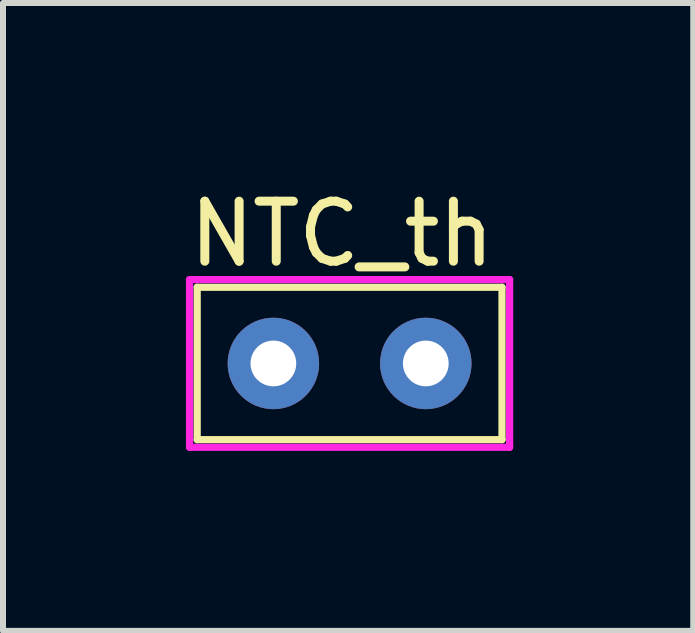
<source format=kicad_pcb>
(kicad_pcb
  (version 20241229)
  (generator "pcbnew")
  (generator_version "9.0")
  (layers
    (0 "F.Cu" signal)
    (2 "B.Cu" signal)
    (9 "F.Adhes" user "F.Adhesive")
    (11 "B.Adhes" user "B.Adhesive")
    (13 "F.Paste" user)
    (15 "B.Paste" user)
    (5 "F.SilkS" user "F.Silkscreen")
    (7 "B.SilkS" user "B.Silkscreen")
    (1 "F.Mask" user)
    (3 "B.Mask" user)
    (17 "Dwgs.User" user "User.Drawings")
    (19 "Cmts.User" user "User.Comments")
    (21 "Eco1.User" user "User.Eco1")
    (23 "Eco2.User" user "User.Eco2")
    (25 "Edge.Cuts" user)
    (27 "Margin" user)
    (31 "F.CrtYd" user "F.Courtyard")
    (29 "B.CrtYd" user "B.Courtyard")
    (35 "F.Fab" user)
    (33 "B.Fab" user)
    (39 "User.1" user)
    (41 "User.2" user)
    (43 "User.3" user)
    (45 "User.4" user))
  (footprint "NTC_th"
    (layer "F.Cu")
    (at 2.776 3.007)
    (property "Reference" "NTC_th" (at -0.127 -2.159 0) (layer "F.SilkS") (effects (font (size 1 1) (thickness 0.15))))
    (attr through_hole)
    (fp_line (start -2.54 -1.27) (end 2.54 -1.27) (stroke (width 0.12) (type solid)) (layer "F.SilkS"))
    (fp_line (start -2.54 1.27) (end -2.54 -1.27) (stroke (width 0.12) (type solid)) (layer "F.SilkS"))
    (fp_line (start 2.54 -1.27) (end 2.54 1.27) (stroke (width 0.12) (type solid)) (layer "F.SilkS"))
    (fp_line (start 2.54 1.27) (end -2.54 1.27) (stroke (width 0.12) (type solid)) (layer "F.SilkS"))
    (fp_line (start -2.667 -1.397) (end 2.667 -1.397) (stroke (width 0.12) (type solid)) (layer "F.CrtYd"))
    (fp_line (start -2.667 1.397) (end -2.667 -1.397) (stroke (width 0.12) (type solid)) (layer "F.CrtYd"))
    (fp_line (start 2.667 -1.397) (end 2.667 1.397) (stroke (width 0.12) (type solid)) (layer "F.CrtYd"))
    (fp_line (start 2.667 1.397) (end -2.667 1.397) (stroke (width 0.12) (type solid)) (layer "F.CrtYd"))
    (pad "1" thru_hole circle (at -1.27 0) (size 1.524 1.524) (drill 0.762) (layers "*.Cu" "*.Mask"))
    (pad "2" thru_hole circle (at 1.27 0) (size 1.524 1.524) (drill 0.762) (layers "*.Cu" "*.Mask")))
  (gr_rect
    (start -3 -3)
    (end 8.503 7.464)
    (stroke (width 0.1) (type default))
    (fill no)
    (layer "Edge.Cuts")))
</source>
